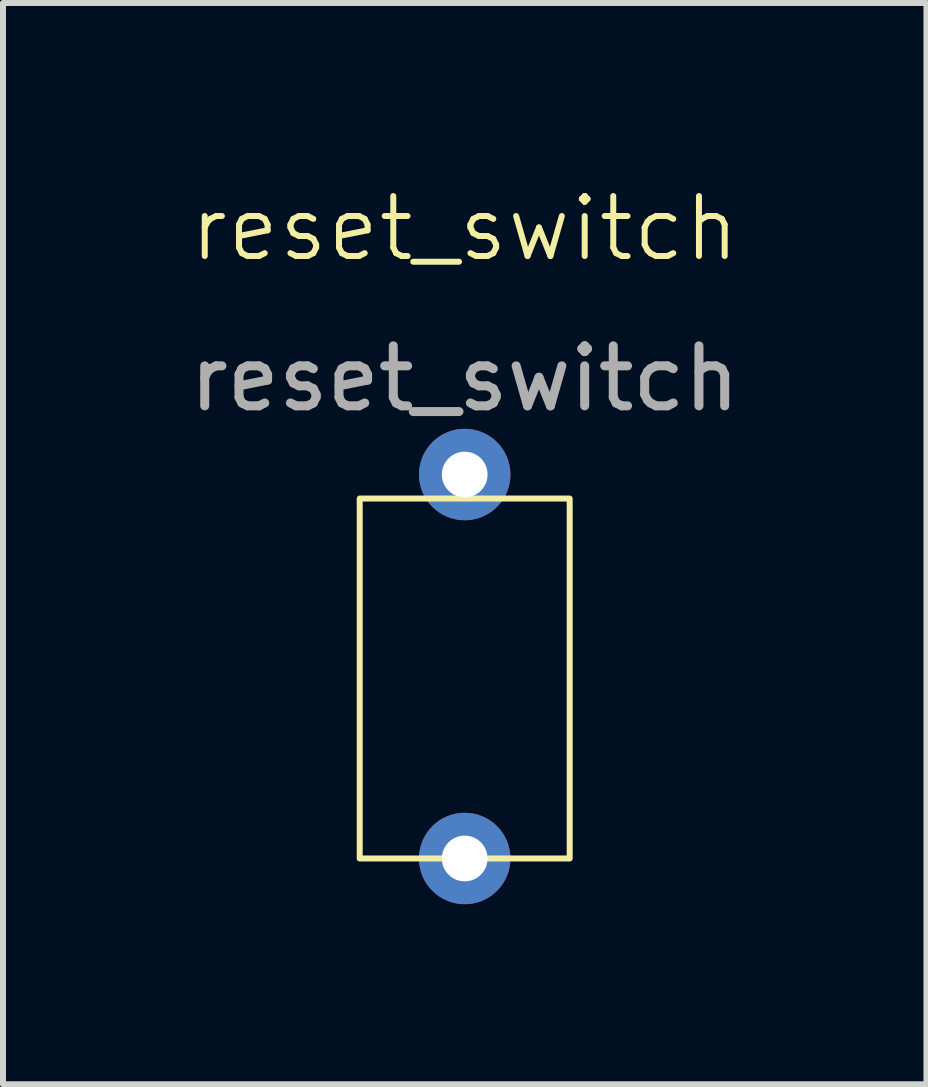
<source format=kicad_pcb>
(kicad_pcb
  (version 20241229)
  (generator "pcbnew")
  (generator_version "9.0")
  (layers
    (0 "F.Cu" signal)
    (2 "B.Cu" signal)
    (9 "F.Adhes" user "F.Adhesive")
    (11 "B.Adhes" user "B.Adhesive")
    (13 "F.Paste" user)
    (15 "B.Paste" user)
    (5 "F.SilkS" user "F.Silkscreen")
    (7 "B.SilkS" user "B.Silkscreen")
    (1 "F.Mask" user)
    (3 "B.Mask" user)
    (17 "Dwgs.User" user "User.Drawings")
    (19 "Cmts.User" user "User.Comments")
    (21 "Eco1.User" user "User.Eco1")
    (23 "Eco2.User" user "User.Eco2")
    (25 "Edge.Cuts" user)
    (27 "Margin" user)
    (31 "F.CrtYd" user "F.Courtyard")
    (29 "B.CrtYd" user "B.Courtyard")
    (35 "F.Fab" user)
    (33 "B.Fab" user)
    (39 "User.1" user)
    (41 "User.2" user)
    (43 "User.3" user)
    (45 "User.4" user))
  (footprint "reset_switch"
    (layer "F.Cu")
    (at 4.696 0.76)
    (property "Reference" "reset_switch" (at 0 0 0) (unlocked yes) (layer "F.SilkS") (effects (font (size 1 1) (thickness 0.1))))
    (attr through_hole)
    (fp_rect (start -1.75 4.5) (end 1.75 10.5) (stroke (width 0.1) (type default)) (fill no) (layer "F.SilkS"))
    (fp_text user "${REFERENCE}" (at 0 2.5 0) (unlocked yes) (layer "F.Fab") (effects (font (size 1 1) (thickness 0.15))))
    (pad "1" thru_hole circle (at 0 4.1) (size 1.524 1.524) (drill 0.762) (layers "*.Cu" "*.Mask"))
    (pad "2" thru_hole circle (at 0 10.5) (size 1.524 1.524) (drill 0.762) (layers "*.Cu" "*.Mask")))
  (gr_rect
    (start -3 -3)
    (end 12.393 15.023)
    (stroke (width 0.1) (type default))
    (fill no)
    (layer "Edge.Cuts")))
</source>
